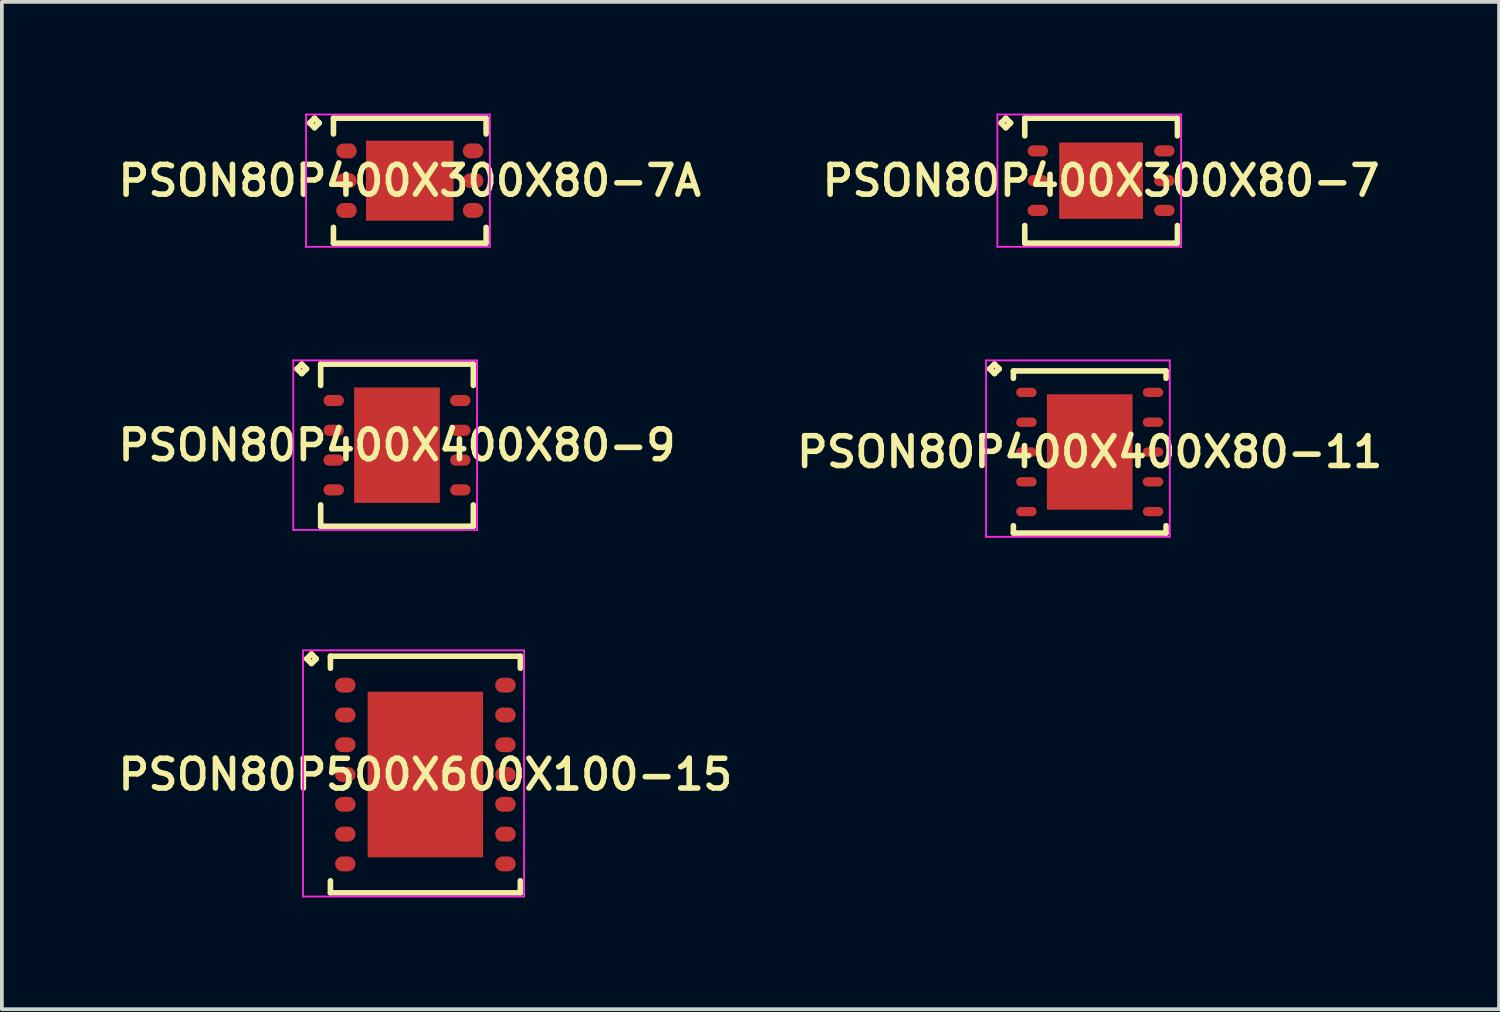
<source format=kicad_pcb>
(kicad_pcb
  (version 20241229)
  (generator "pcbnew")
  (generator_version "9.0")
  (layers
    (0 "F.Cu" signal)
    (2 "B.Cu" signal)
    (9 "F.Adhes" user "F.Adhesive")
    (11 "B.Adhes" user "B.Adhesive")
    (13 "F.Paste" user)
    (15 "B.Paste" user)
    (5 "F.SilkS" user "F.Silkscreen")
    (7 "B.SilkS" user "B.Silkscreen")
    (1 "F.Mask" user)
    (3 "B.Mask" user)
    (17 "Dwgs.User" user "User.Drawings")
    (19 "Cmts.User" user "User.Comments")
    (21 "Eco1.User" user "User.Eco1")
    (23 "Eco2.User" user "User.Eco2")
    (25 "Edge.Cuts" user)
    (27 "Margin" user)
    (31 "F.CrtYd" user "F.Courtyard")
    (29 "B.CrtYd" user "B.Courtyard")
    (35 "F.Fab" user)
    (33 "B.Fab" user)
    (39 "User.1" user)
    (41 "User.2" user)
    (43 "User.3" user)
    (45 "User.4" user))
  (footprint "PSON80P400X300X80-7A"
    (layer "F.Cu")
    (at 7.955 1.802)
    (property "Reference" "PSON80P400X300X80-7A" (at 0 0 0) (layer "F.SilkS") (effects (font (size 0.8 0.8) (thickness 0.15))))
    (attr smd)
    (fp_line (start -2.685 -1.55) (end -2.558 -1.677) (stroke (width 0.15) (type solid)) (layer "F.SilkS"))
    (fp_line (start -2.558 -1.677) (end -2.431 -1.55) (stroke (width 0.15) (type solid)) (layer "F.SilkS"))
    (fp_line (start -2.558 -1.423) (end -2.685 -1.55) (stroke (width 0.15) (type solid)) (layer "F.SilkS"))
    (fp_line (start -2.431 -1.55) (end -2.558 -1.423) (stroke (width 0.15) (type solid)) (layer "F.SilkS"))
    (fp_line (start -2.05 -1.677) (end 2.05 -1.677) (stroke (width 0.15) (type solid)) (layer "F.SilkS"))
    (fp_line (start -2.05 -1.254) (end -2.05 -1.677) (stroke (width 0.15) (type solid)) (layer "F.SilkS"))
    (fp_line (start -2.05 1.254) (end -2.05 1.677) (stroke (width 0.15) (type solid)) (layer "F.SilkS"))
    (fp_line (start -2.05 1.677) (end 2.05 1.677) (stroke (width 0.15) (type solid)) (layer "F.SilkS"))
    (fp_line (start 2.05 -1.677) (end 2.05 -1.254) (stroke (width 0.15) (type solid)) (layer "F.SilkS"))
    (fp_line (start 2.05 1.677) (end 2.05 1.254) (stroke (width 0.15) (type solid)) (layer "F.SilkS"))
    (fp_line (start -2.785 -1.777) (end 2.15 -1.777) (stroke (width 0.05) (type solid)) (layer "F.CrtYd"))
    (fp_line (start -2.785 1.777) (end -2.785 -1.777) (stroke (width 0.05) (type solid)) (layer "F.CrtYd"))
    (fp_line (start 2.15 -1.777) (end 2.15 1.777) (stroke (width 0.05) (type solid)) (layer "F.CrtYd"))
    (fp_line (start 2.15 1.777) (end -2.785 1.777) (stroke (width 0.05) (type solid)) (layer "F.CrtYd"))
    (pad "1" smd oval (at -1.7 -0.8) (size 0.55 0.4) (layers "F.Cu" "F.Mask" "F.Paste"))
    (pad "2" smd oval (at -1.7 0) (size 0.55 0.4) (layers "F.Cu" "F.Mask" "F.Paste"))
    (pad "3" smd oval (at -1.7 0.8) (size 0.55 0.4) (layers "F.Cu" "F.Mask" "F.Paste"))
    (pad "4" smd oval (at 1.7 0.8) (size 0.55 0.4) (layers "F.Cu" "F.Mask" "F.Paste"))
    (pad "5" smd oval (at 1.7 0) (size 0.55 0.4) (layers "F.Cu" "F.Mask" "F.Paste"))
    (pad "6" smd oval (at 1.7 -0.8) (size 0.55 0.4) (layers "F.Cu" "F.Mask" "F.Paste"))
    (pad "7" smd rect (at 0 0) (size 2.35 2.15) (layers "F.Cu" "F.Mask" "F.Paste")))
  (footprint "PSON80P500X600X100-15"
    (layer "F.Cu")
    (at 8.374 17.751)
    (property "Reference" "PSON80P500X600X100-15" (at 0 0 0) (layer "F.SilkS") (effects (font (size 0.8 0.8) (thickness 0.15))))
    (attr smd)
    (fp_line (start -3.185 -3.108) (end -3.058 -3.235) (stroke (width 0.15) (type solid)) (layer "F.SilkS"))
    (fp_line (start -3.058 -3.235) (end -2.931 -3.108) (stroke (width 0.15) (type solid)) (layer "F.SilkS"))
    (fp_line (start -3.058 -2.981) (end -3.185 -3.108) (stroke (width 0.15) (type solid)) (layer "F.SilkS"))
    (fp_line (start -2.931 -3.108) (end -3.058 -2.981) (stroke (width 0.15) (type solid)) (layer "F.SilkS"))
    (fp_line (start -2.55 -3.177) (end 2.55 -3.177) (stroke (width 0.15) (type solid)) (layer "F.SilkS"))
    (fp_line (start -2.55 -2.854) (end -2.55 -3.177) (stroke (width 0.15) (type solid)) (layer "F.SilkS"))
    (fp_line (start -2.55 2.854) (end -2.55 3.177) (stroke (width 0.15) (type solid)) (layer "F.SilkS"))
    (fp_line (start -2.55 3.177) (end 2.55 3.177) (stroke (width 0.15) (type solid)) (layer "F.SilkS"))
    (fp_line (start 2.55 -3.177) (end 2.55 -2.854) (stroke (width 0.15) (type solid)) (layer "F.SilkS"))
    (fp_line (start 2.55 3.177) (end 2.55 2.854) (stroke (width 0.15) (type solid)) (layer "F.SilkS"))
    (fp_line (start -3.285 -3.335) (end 2.65 -3.335) (stroke (width 0.05) (type solid)) (layer "F.CrtYd"))
    (fp_line (start -3.285 3.277) (end -3.285 -3.335) (stroke (width 0.05) (type solid)) (layer "F.CrtYd"))
    (fp_line (start 2.65 -3.335) (end 2.65 3.277) (stroke (width 0.05) (type solid)) (layer "F.CrtYd"))
    (fp_line (start 2.65 3.277) (end -3.285 3.277) (stroke (width 0.05) (type solid)) (layer "F.CrtYd"))
    (pad "1" smd oval (at -2.15 -2.4) (size 0.55 0.4) (layers "F.Cu" "F.Mask" "F.Paste"))
    (pad "2" smd oval (at -2.15 -1.6) (size 0.55 0.4) (layers "F.Cu" "F.Mask" "F.Paste"))
    (pad "3" smd oval (at -2.15 -0.8) (size 0.55 0.4) (layers "F.Cu" "F.Mask" "F.Paste"))
    (pad "4" smd oval (at -2.15 0) (size 0.55 0.4) (layers "F.Cu" "F.Mask" "F.Paste"))
    (pad "5" smd oval (at -2.15 0.8) (size 0.55 0.4) (layers "F.Cu" "F.Mask" "F.Paste"))
    (pad "6" smd oval (at -2.15 1.6) (size 0.55 0.4) (layers "F.Cu" "F.Mask" "F.Paste"))
    (pad "7" smd oval (at -2.15 2.4) (size 0.55 0.4) (layers "F.Cu" "F.Mask" "F.Paste"))
    (pad "8" smd oval (at 2.15 2.4) (size 0.55 0.4) (layers "F.Cu" "F.Mask" "F.Paste"))
    (pad "9" smd oval (at 2.15 1.6) (size 0.55 0.4) (layers "F.Cu" "F.Mask" "F.Paste"))
    (pad "10" smd oval (at 2.15 0.8) (size 0.55 0.4) (layers "F.Cu" "F.Mask" "F.Paste"))
    (pad "11" smd oval (at 2.15 0) (size 0.55 0.4) (layers "F.Cu" "F.Mask" "F.Paste"))
    (pad "12" smd oval (at 2.15 -0.8) (size 0.55 0.4) (layers "F.Cu" "F.Mask" "F.Paste"))
    (pad "13" smd oval (at 2.15 -1.6) (size 0.55 0.4) (layers "F.Cu" "F.Mask" "F.Paste"))
    (pad "14" smd oval (at 2.15 -2.4) (size 0.55 0.4) (layers "F.Cu" "F.Mask" "F.Paste"))
    (pad "15" smd rect (at 0 0) (size 3.1 4.45) (layers "F.Cu" "F.Mask" "F.Paste")))
  (footprint "PSON80P400X400X80-11"
    (layer "F.Cu")
    (at 26.216 9.089)
    (property "Reference" "PSON80P400X400X80-11" (at 0 0 0) (layer "F.SilkS") (effects (font (size 0.8 0.8) (thickness 0.15))))
    (attr smd)
    (fp_line (start -2.685 -2.233) (end -2.558 -2.36) (stroke (width 0.15) (type solid)) (layer "F.SilkS"))
    (fp_line (start -2.558 -2.36) (end -2.431 -2.233) (stroke (width 0.15) (type solid)) (layer "F.SilkS"))
    (fp_line (start -2.558 -2.106) (end -2.685 -2.233) (stroke (width 0.15) (type solid)) (layer "F.SilkS"))
    (fp_line (start -2.431 -2.233) (end -2.558 -2.106) (stroke (width 0.15) (type solid)) (layer "F.SilkS"))
    (fp_line (start -2.05 -2.177) (end 2.05 -2.177) (stroke (width 0.15) (type solid)) (layer "F.SilkS"))
    (fp_line (start -2.05 -1.979) (end -2.05 -2.177) (stroke (width 0.15) (type solid)) (layer "F.SilkS"))
    (fp_line (start -2.05 1.979) (end -2.05 2.177) (stroke (width 0.15) (type solid)) (layer "F.SilkS"))
    (fp_line (start -2.05 2.177) (end 2.05 2.177) (stroke (width 0.15) (type solid)) (layer "F.SilkS"))
    (fp_line (start 2.05 -2.177) (end 2.05 -1.979) (stroke (width 0.15) (type solid)) (layer "F.SilkS"))
    (fp_line (start 2.05 2.177) (end 2.05 1.979) (stroke (width 0.15) (type solid)) (layer "F.SilkS"))
    (fp_line (start -2.785 -2.46) (end 2.15 -2.46) (stroke (width 0.05) (type solid)) (layer "F.CrtYd"))
    (fp_line (start -2.785 2.277) (end -2.785 -2.46) (stroke (width 0.05) (type solid)) (layer "F.CrtYd"))
    (fp_line (start 2.15 -2.46) (end 2.15 2.277) (stroke (width 0.05) (type solid)) (layer "F.CrtYd"))
    (fp_line (start 2.15 2.277) (end -2.785 2.277) (stroke (width 0.05) (type solid)) (layer "F.CrtYd"))
    (pad "1" smd oval (at -1.7 -1.6) (size 0.55 0.25) (layers "F.Cu" "F.Mask" "F.Paste"))
    (pad "2" smd oval (at -1.7 -0.8) (size 0.55 0.25) (layers "F.Cu" "F.Mask" "F.Paste"))
    (pad "3" smd oval (at -1.7 0) (size 0.55 0.25) (layers "F.Cu" "F.Mask" "F.Paste"))
    (pad "4" smd oval (at -1.7 0.8) (size 0.55 0.25) (layers "F.Cu" "F.Mask" "F.Paste"))
    (pad "5" smd oval (at -1.7 1.6) (size 0.55 0.25) (layers "F.Cu" "F.Mask" "F.Paste"))
    (pad "6" smd oval (at 1.7 1.6) (size 0.55 0.25) (layers "F.Cu" "F.Mask" "F.Paste"))
    (pad "7" smd oval (at 1.7 0.8) (size 0.55 0.25) (layers "F.Cu" "F.Mask" "F.Paste"))
    (pad "8" smd oval (at 1.7 0) (size 0.55 0.25) (layers "F.Cu" "F.Mask" "F.Paste"))
    (pad "9" smd oval (at 1.7 -0.8) (size 0.55 0.25) (layers "F.Cu" "F.Mask" "F.Paste"))
    (pad "10" smd oval (at 1.7 -1.6) (size 0.55 0.25) (layers "F.Cu" "F.Mask" "F.Paste"))
    (pad "11" smd rect (at 0 0) (size 2.3 3.1) (layers "F.Cu" "F.Mask" "F.Paste")))
  (footprint "PSON80P400X300X80-7"
    (layer "F.Cu")
    (at 26.521 1.802)
    (property "Reference" "PSON80P400X300X80-7" (at 0 0 0) (layer "F.SilkS") (effects (font (size 0.8 0.8) (thickness 0.15))))
    (attr smd)
    (fp_line (start -2.685 -1.55) (end -2.558 -1.677) (stroke (width 0.15) (type solid)) (layer "F.SilkS"))
    (fp_line (start -2.558 -1.677) (end -2.431 -1.55) (stroke (width 0.15) (type solid)) (layer "F.SilkS"))
    (fp_line (start -2.558 -1.423) (end -2.685 -1.55) (stroke (width 0.15) (type solid)) (layer "F.SilkS"))
    (fp_line (start -2.431 -1.55) (end -2.558 -1.423) (stroke (width 0.15) (type solid)) (layer "F.SilkS"))
    (fp_line (start -2.05 -1.677) (end 2.05 -1.677) (stroke (width 0.15) (type solid)) (layer "F.SilkS"))
    (fp_line (start -2.05 -1.204) (end -2.05 -1.677) (stroke (width 0.15) (type solid)) (layer "F.SilkS"))
    (fp_line (start -2.05 1.204) (end -2.05 1.677) (stroke (width 0.15) (type solid)) (layer "F.SilkS"))
    (fp_line (start -2.05 1.677) (end 2.05 1.677) (stroke (width 0.15) (type solid)) (layer "F.SilkS"))
    (fp_line (start 2.05 -1.677) (end 2.05 -1.204) (stroke (width 0.15) (type solid)) (layer "F.SilkS"))
    (fp_line (start 2.05 1.677) (end 2.05 1.204) (stroke (width 0.15) (type solid)) (layer "F.SilkS"))
    (fp_line (start -2.785 -1.777) (end 2.15 -1.777) (stroke (width 0.05) (type solid)) (layer "F.CrtYd"))
    (fp_line (start -2.785 1.777) (end -2.785 -1.777) (stroke (width 0.05) (type solid)) (layer "F.CrtYd"))
    (fp_line (start 2.15 -1.777) (end 2.15 1.777) (stroke (width 0.05) (type solid)) (layer "F.CrtYd"))
    (fp_line (start 2.15 1.777) (end -2.785 1.777) (stroke (width 0.05) (type solid)) (layer "F.CrtYd"))
    (pad "1" smd oval (at -1.7 -0.8) (size 0.55 0.3) (layers "F.Cu" "F.Mask" "F.Paste"))
    (pad "2" smd oval (at -1.7 0) (size 0.55 0.3) (layers "F.Cu" "F.Mask" "F.Paste"))
    (pad "3" smd oval (at -1.7 0.8) (size 0.55 0.3) (layers "F.Cu" "F.Mask" "F.Paste"))
    (pad "4" smd oval (at 1.7 0.8) (size 0.55 0.3) (layers "F.Cu" "F.Mask" "F.Paste"))
    (pad "5" smd oval (at 1.7 0) (size 0.55 0.3) (layers "F.Cu" "F.Mask" "F.Paste"))
    (pad "6" smd oval (at 1.7 -0.8) (size 0.55 0.3) (layers "F.Cu" "F.Mask" "F.Paste"))
    (pad "7" smd rect (at 0 0) (size 2.25 2.05) (layers "F.Cu" "F.Mask" "F.Paste")))
  (footprint "PSON80P400X400X80-9"
    (layer "F.Cu")
    (at 7.612 8.906)
    (property "Reference" "PSON80P400X400X80-9" (at 0 0 0) (layer "F.SilkS") (effects (font (size 0.8 0.8) (thickness 0.15))))
    (attr smd)
    (fp_line (start -2.685 -2.05) (end -2.558 -2.177) (stroke (width 0.15) (type solid)) (layer "F.SilkS"))
    (fp_line (start -2.558 -2.177) (end -2.431 -2.05) (stroke (width 0.15) (type solid)) (layer "F.SilkS"))
    (fp_line (start -2.558 -1.923) (end -2.685 -2.05) (stroke (width 0.15) (type solid)) (layer "F.SilkS"))
    (fp_line (start -2.431 -2.05) (end -2.558 -1.923) (stroke (width 0.15) (type solid)) (layer "F.SilkS"))
    (fp_line (start -2.05 -2.177) (end 2.05 -2.177) (stroke (width 0.15) (type solid)) (layer "F.SilkS"))
    (fp_line (start -2.05 -1.604) (end -2.05 -2.177) (stroke (width 0.15) (type solid)) (layer "F.SilkS"))
    (fp_line (start -2.05 1.604) (end -2.05 2.177) (stroke (width 0.15) (type solid)) (layer "F.SilkS"))
    (fp_line (start -2.05 2.177) (end 2.05 2.177) (stroke (width 0.15) (type solid)) (layer "F.SilkS"))
    (fp_line (start 2.05 -2.177) (end 2.05 -1.604) (stroke (width 0.15) (type solid)) (layer "F.SilkS"))
    (fp_line (start 2.05 2.177) (end 2.05 1.604) (stroke (width 0.15) (type solid)) (layer "F.SilkS"))
    (fp_line (start -2.785 -2.277) (end 2.15 -2.277) (stroke (width 0.05) (type solid)) (layer "F.CrtYd"))
    (fp_line (start -2.785 2.277) (end -2.785 -2.277) (stroke (width 0.05) (type solid)) (layer "F.CrtYd"))
    (fp_line (start 2.15 -2.277) (end 2.15 2.277) (stroke (width 0.05) (type solid)) (layer "F.CrtYd"))
    (fp_line (start 2.15 2.277) (end -2.785 2.277) (stroke (width 0.05) (type solid)) (layer "F.CrtYd"))
    (pad "1" smd oval (at -1.7 -1.2) (size 0.55 0.3) (layers "F.Cu" "F.Mask" "F.Paste"))
    (pad "2" smd oval (at -1.7 -0.4) (size 0.55 0.3) (layers "F.Cu" "F.Mask" "F.Paste"))
    (pad "3" smd oval (at -1.7 0.4) (size 0.55 0.3) (layers "F.Cu" "F.Mask" "F.Paste"))
    (pad "4" smd oval (at -1.7 1.2) (size 0.55 0.3) (layers "F.Cu" "F.Mask" "F.Paste"))
    (pad "5" smd oval (at 1.7 1.2) (size 0.55 0.3) (layers "F.Cu" "F.Mask" "F.Paste"))
    (pad "6" smd oval (at 1.7 0.4) (size 0.55 0.3) (layers "F.Cu" "F.Mask" "F.Paste"))
    (pad "7" smd oval (at 1.7 -0.4) (size 0.55 0.3) (layers "F.Cu" "F.Mask" "F.Paste"))
    (pad "8" smd oval (at 1.7 -1.2) (size 0.55 0.3) (layers "F.Cu" "F.Mask" "F.Paste"))
    (pad "9" smd rect (at 0 0) (size 2.3 3.1) (layers "F.Cu" "F.Mask" "F.Paste")))
  (gr_rect
    (start -3 -3)
    (end 37.209 24.053)
    (stroke (width 0.1) (type default))
    (fill no)
    (layer "Edge.Cuts")))
</source>
